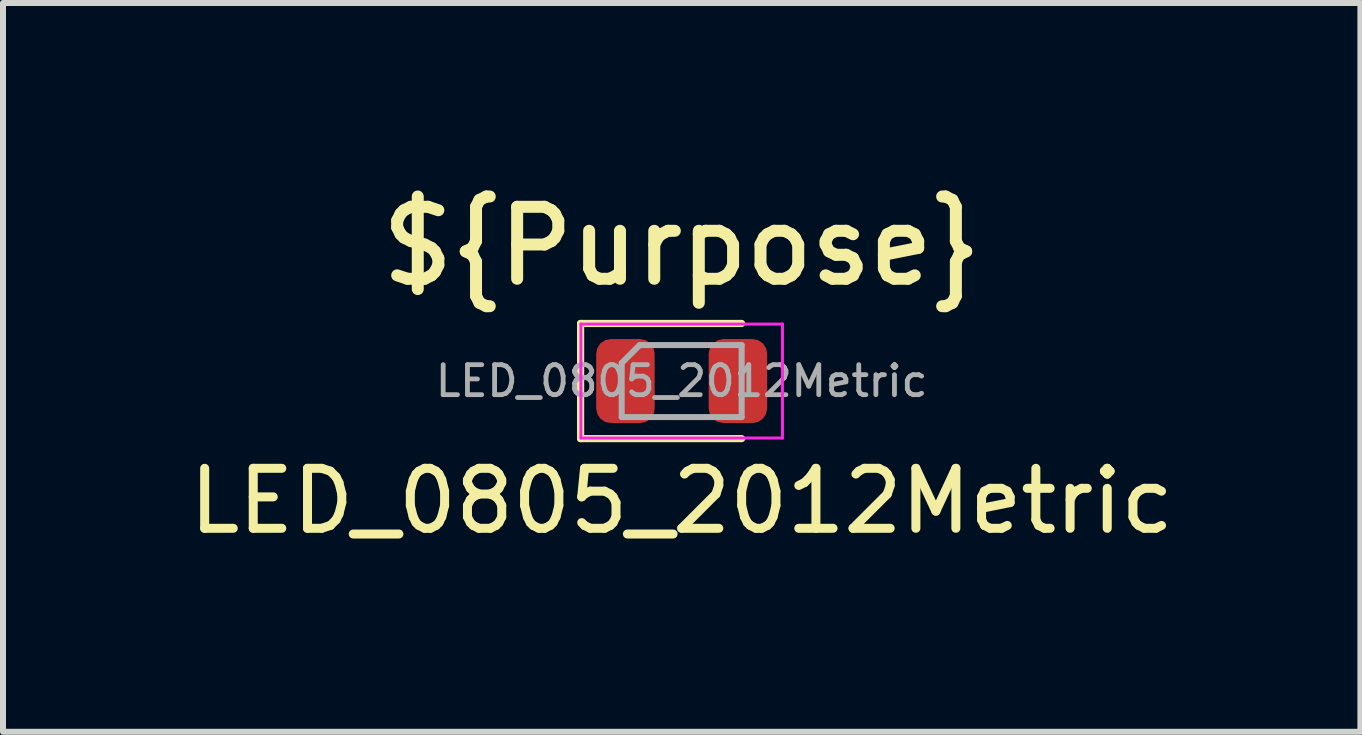
<source format=kicad_pcb>
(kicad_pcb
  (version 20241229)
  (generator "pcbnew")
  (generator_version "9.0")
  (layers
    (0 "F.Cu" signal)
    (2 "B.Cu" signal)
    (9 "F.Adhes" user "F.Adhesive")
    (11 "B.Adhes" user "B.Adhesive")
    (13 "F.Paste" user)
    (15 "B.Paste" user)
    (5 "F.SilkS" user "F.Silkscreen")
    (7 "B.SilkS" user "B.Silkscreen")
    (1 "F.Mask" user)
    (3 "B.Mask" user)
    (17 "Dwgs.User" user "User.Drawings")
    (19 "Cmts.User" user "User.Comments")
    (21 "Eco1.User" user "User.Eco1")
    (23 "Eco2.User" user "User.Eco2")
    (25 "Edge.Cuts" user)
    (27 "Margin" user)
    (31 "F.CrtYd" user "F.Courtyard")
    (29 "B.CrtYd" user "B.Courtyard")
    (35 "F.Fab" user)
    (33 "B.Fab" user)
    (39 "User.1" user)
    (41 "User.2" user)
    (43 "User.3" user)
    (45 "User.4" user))
  (footprint "LED_0805_2012Metric"
    (layer "F.Cu")
    (at 8.315 3.303)
    (property "Reference" "LED_0805_2012Metric" (at 0 2 0) (layer "F.SilkS") (effects (font (size 1 1) (thickness 0.15))))
    (attr smd)
    (fp_line (start -1.685 -0.96) (end -1.685 0.96) (stroke (width 0.12) (type solid)) (layer "F.SilkS"))
    (fp_line (start -1.685 0.96) (end 1 0.96) (stroke (width 0.12) (type solid)) (layer "F.SilkS"))
    (fp_line (start 1 -0.96) (end -1.685 -0.96) (stroke (width 0.12) (type solid)) (layer "F.SilkS"))
    (fp_line (start -1.68 -0.95) (end 1.68 -0.95) (stroke (width 0.05) (type solid)) (layer "F.CrtYd"))
    (fp_line (start -1.68 0.95) (end -1.68 -0.95) (stroke (width 0.05) (type solid)) (layer "F.CrtYd"))
    (fp_line (start 1.68 -0.95) (end 1.68 0.95) (stroke (width 0.05) (type solid)) (layer "F.CrtYd"))
    (fp_line (start 1.68 0.95) (end -1.68 0.95) (stroke (width 0.05) (type solid)) (layer "F.CrtYd"))
    (fp_line (start -1 -0.3) (end -1 0.6) (stroke (width 0.1) (type solid)) (layer "F.Fab"))
    (fp_line (start -1 0.6) (end 1 0.6) (stroke (width 0.1) (type solid)) (layer "F.Fab"))
    (fp_line (start -0.7 -0.6) (end -1 -0.3) (stroke (width 0.1) (type solid)) (layer "F.Fab"))
    (fp_line (start 1 -0.6) (end -0.7 -0.6) (stroke (width 0.1) (type solid)) (layer "F.Fab"))
    (fp_line (start 1 0.6) (end 1 -0.6) (stroke (width 0.1) (type solid)) (layer "F.Fab"))
    (fp_text user "${Purpose}" (at 0 -2.25 0) (layer "F.SilkS") (effects (font (size 1.2 1.2) (thickness 0.2))))
    (fp_text user "${REFERENCE}" (at 0 0 0) (layer "F.Fab") (effects (font (size 0.5 0.5) (thickness 0.08))))
    (pad "1" smd roundrect (at -0.938 0) (size 0.975 1.4) (layers "F.Cu" "F.Mask" "F.Paste") (roundrect_rratio 0.25))
    (pad "2" smd roundrect (at 0.938 0) (size 0.975 1.4) (layers "F.Cu" "F.Mask" "F.Paste") (roundrect_rratio 0.25)))
  (gr_rect
    (start -3 -3)
    (end 19.631 9.151)
    (stroke (width 0.1) (type default))
    (fill no)
    (layer "Edge.Cuts")))
</source>
